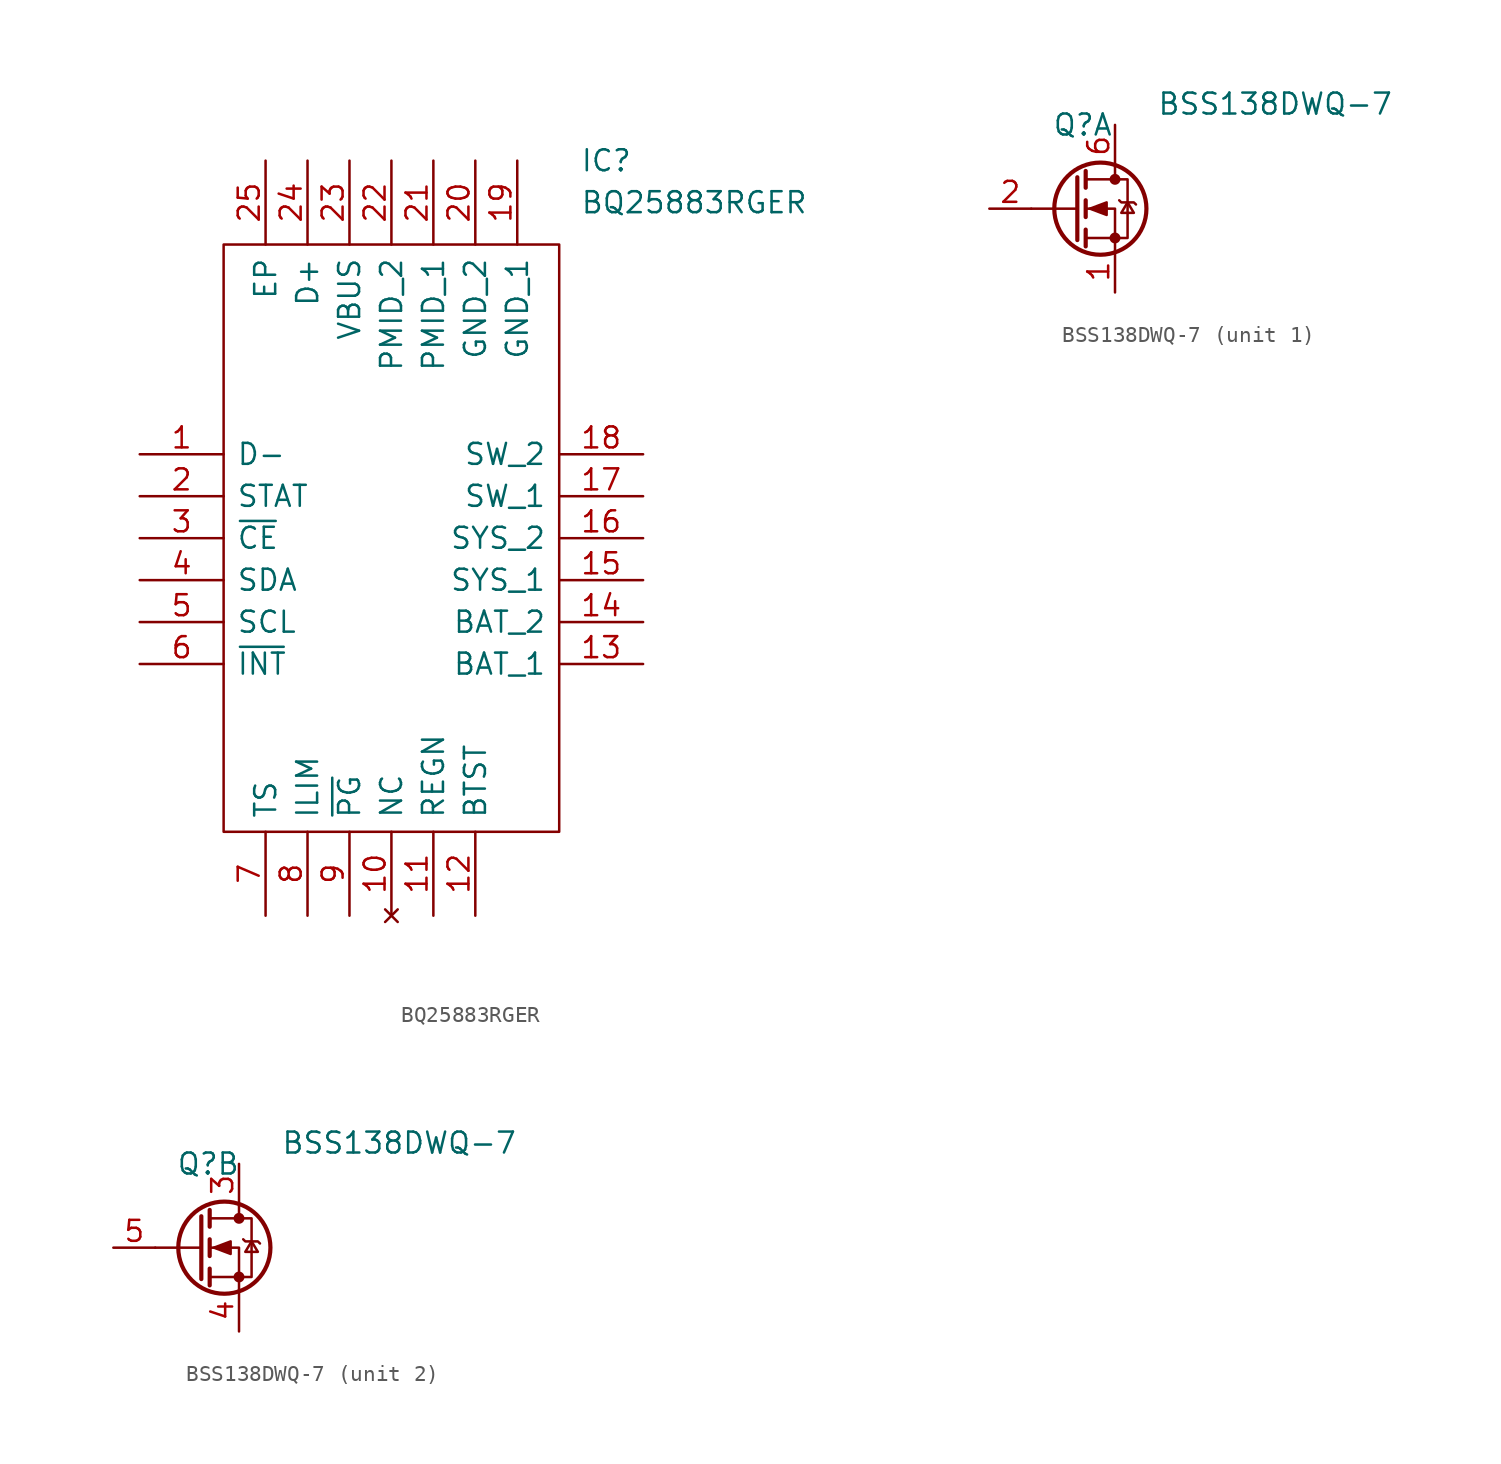
<source format=kicad_sym>
(kicad_symbol_lib
  (version 20241209)
  (generator "kicad_symbol_editor")
  (generator_version "9.0")
  (symbol "BQ25883RGER"
    (pin_names
      (offset 0.762))
    (property "Reference" "IC"
      (at 26.67 17.78 0)
      (effects (font (size 1.27 1.27)) (justify left)))
    (property "Value" "BQ25883RGER"
      (at 26.67 15.24 0)
      (effects (font (size 1.27 1.27)) (justify left)))
    (symbol "BQ25883RGER_0_0"
      (pin bidirectional line (at 0 0 0) (length 5.08) (name "D-" (effects (font (size 1.27 1.27)))) (number "1" (effects (font (size 1.27 1.27)))))
      (pin bidirectional line (at 0 -7.62 0) (length 5.08) (name "SDA" (effects (font (size 1.27 1.27)))) (number "4" (effects (font (size 1.27 1.27)))))
      (pin bidirectional line (at 10.16 17.78 270) (length 5.08) (name "D+" (effects (font (size 1.27 1.27)))) (number "24" (effects (font (size 1.27 1.27)))))
      (pin bidirectional line (at 15.24 17.78 270) (length 5.08) (name "PMID_2" (effects (font (size 1.27 1.27)))) (number "22" (effects (font (size 1.27 1.27)))))
      (pin bidirectional line (at 17.78 17.78 270) (length 5.08) (name "PMID_1" (effects (font (size 1.27 1.27)))) (number "21" (effects (font (size 1.27 1.27)))))
      (pin bidirectional line (at 17.78 -27.94 90) (length 5.08) (name "REGN" (effects (font (size 1.27 1.27)))) (number "11" (effects (font (size 1.27 1.27)))))
      (pin bidirectional line (at 20.32 -27.94 90) (length 5.08) (name "BTST" (effects (font (size 1.27 1.27)))) (number "12" (effects (font (size 1.27 1.27)))))
      (pin bidirectional line (at 30.48 0 180) (length 5.08) (name "SW_2" (effects (font (size 1.27 1.27)))) (number "18" (effects (font (size 1.27 1.27)))))
      (pin bidirectional line (at 30.48 -2.54 180) (length 5.08) (name "SW_1" (effects (font (size 1.27 1.27)))) (number "17" (effects (font (size 1.27 1.27)))))
      (pin bidirectional line (at 30.48 -5.08 180) (length 5.08) (name "SYS_2" (effects (font (size 1.27 1.27)))) (number "16" (effects (font (size 1.27 1.27)))))
      (pin bidirectional line (at 30.48 -7.62 180) (length 5.08) (name "SYS_1" (effects (font (size 1.27 1.27)))) (number "15" (effects (font (size 1.27 1.27)))))
      (pin bidirectional line (at 30.48 -10.16 180) (length 5.08) (name "BAT_2" (effects (font (size 1.27 1.27)))) (number "14" (effects (font (size 1.27 1.27)))))
      (pin bidirectional line (at 30.48 -12.7 180) (length 5.08) (name "BAT_1" (effects (font (size 1.27 1.27)))) (number "13" (effects (font (size 1.27 1.27))))))
    (symbol "BQ25883RGER_0_1"
      (polyline (pts (xy 5.08 12.7) (xy 25.4 12.7) (xy 25.4 -22.86) (xy 5.08 -22.86) (xy 5.08 12.7)) (stroke (width 0.152) (type default)) (fill (type none))))
    (symbol "BQ25883RGER_1_0"
      (pin output line (at 0 -2.54 0) (length 5.08) (name "STAT" (effects (font (size 1.27 1.27)))) (number "2" (effects (font (size 1.27 1.27)))))
      (pin input line (at 0 -5.08 0) (length 5.08) (name "~{CE}" (effects (font (size 1.27 1.27)))) (number "3" (effects (font (size 1.27 1.27)))))
      (pin input line (at 0 -10.16 0) (length 5.08) (name "SCL" (effects (font (size 1.27 1.27)))) (number "5" (effects (font (size 1.27 1.27)))))
      (pin output line (at 0 -12.7 0) (length 5.08) (name "~{INT}" (effects (font (size 1.27 1.27)))) (number "6" (effects (font (size 1.27 1.27)))))
      (pin power_in line (at 7.62 17.78 270) (length 5.08) (name "EP" (effects (font (size 1.27 1.27)))) (number "25" (effects (font (size 1.27 1.27)))))
      (pin input line (at 7.62 -27.94 90) (length 5.08) (name "TS" (effects (font (size 1.27 1.27)))) (number "7" (effects (font (size 1.27 1.27)))))
      (pin input line (at 10.16 -27.94 90) (length 5.08) (name "ILIM" (effects (font (size 1.27 1.27)))) (number "8" (effects (font (size 1.27 1.27)))))
      (pin power_in line (at 12.7 17.78 270) (length 5.08) (name "VBUS" (effects (font (size 1.27 1.27)))) (number "23" (effects (font (size 1.27 1.27)))))
      (pin output line (at 12.7 -27.94 90) (length 5.08) (name "~{PG}" (effects (font (size 1.27 1.27)))) (number "9" (effects (font (size 1.27 1.27)))))
      (pin no_connect line (at 15.24 -27.94 90) (length 5.08) (name "NC" (effects (font (size 1.27 1.27)))) (number "10" (effects (font (size 1.27 1.27)))))
      (pin power_in line (at 20.32 17.78 270) (length 5.08) (name "GND_2" (effects (font (size 1.27 1.27)))) (number "20" (effects (font (size 1.27 1.27)))))
      (pin power_in line (at 22.86 17.78 270) (length 5.08) (name "GND_1" (effects (font (size 1.27 1.27)))) (number "19" (effects (font (size 1.27 1.27)))))))
  (symbol "BSS138DWQ-7"
    (pin_names
      (offset 0.762)
      (hide yes))
    (property "Reference" "Q"
      (at -2.54 5.08 0)
      (effects (font (size 1.27 1.27)) (justify left)))
    (property "Value" "BSS138DWQ-7"
      (at 3.81 6.35 0)
      (effects (font (size 1.27 1.27)) (justify left)))
    (property "ki_locked" ""
      (at 0 0 0)
      (effects (font (size 1.27 1.27))))
    (symbol "BSS138DWQ-7_1_1"
      (polyline (pts (xy -1.016 1.905) (xy -1.016 -1.905)) (stroke (width 0.254) (type default)) (fill (type none)))
      (polyline (pts (xy -1.016 0) (xy -3.81 0)) (stroke (width 0) (type default)) (fill (type none)))
      (polyline (pts (xy -0.508 2.286) (xy -0.508 1.27)) (stroke (width 0.254) (type default)) (fill (type none)))
      (polyline (pts (xy -0.508 0.508) (xy -0.508 -0.508)) (stroke (width 0.254) (type default)) (fill (type none)))
      (polyline (pts (xy -0.508 -1.27) (xy -0.508 -2.286)) (stroke (width 0.254) (type default)) (fill (type none)))
      (polyline (pts (xy -0.508 -1.778) (xy 2.032 -1.778) (xy 2.032 1.778) (xy -0.508 1.778)) (stroke (width 0) (type default)) (fill (type none)))
      (polyline (pts (xy -0.254 0) (xy 0.762 0.381) (xy 0.762 -0.381) (xy -0.254 0)) (stroke (width 0) (type default)) (fill (type outline)))
      (circle (center 0.381 0) (radius 2.794) (stroke (width 0.254) (type default)) (fill (type none)))
      (polyline (pts (xy 1.27 2.54) (xy 1.27 1.778)) (stroke (width 0) (type default)) (fill (type none)))
      (circle (center 1.27 1.778) (radius 0.254) (stroke (width 0) (type default)) (fill (type outline)))
      (circle (center 1.27 -1.778) (radius 0.254) (stroke (width 0) (type default)) (fill (type outline)))
      (polyline (pts (xy 1.27 -2.54) (xy 1.27 0) (xy -0.508 0)) (stroke (width 0) (type default)) (fill (type none)))
      (polyline (pts (xy 1.524 0.508) (xy 1.651 0.381) (xy 2.413 0.381) (xy 2.54 0.254)) (stroke (width 0) (type default)) (fill (type none)))
      (polyline (pts (xy 2.032 0.381) (xy 1.651 -0.254) (xy 2.413 -0.254) (xy 2.032 0.381)) (stroke (width 0) (type default)) (fill (type none)))
      (pin input line (at -6.35 0 0) (length 2.54) (name "G2" (effects (font (size 1.27 1.27)))) (number "2" (effects (font (size 1.27 1.27)))))
      (pin passive line (at 1.27 5.08 270) (length 2.54) (name "D1" (effects (font (size 1.27 1.27)))) (number "6" (effects (font (size 1.27 1.27)))))
      (pin passive line (at 1.27 -5.08 90) (length 2.54) (name "S2" (effects (font (size 1.27 1.27)))) (number "1" (effects (font (size 1.27 1.27))))))
    (symbol "BSS138DWQ-7_2_1"
      (polyline (pts (xy -1.016 1.905) (xy -1.016 -1.905)) (stroke (width 0.254) (type default)) (fill (type none)))
      (polyline (pts (xy -1.016 0) (xy -3.81 0)) (stroke (width 0) (type default)) (fill (type none)))
      (polyline (pts (xy -0.508 2.286) (xy -0.508 1.27)) (stroke (width 0.254) (type default)) (fill (type none)))
      (polyline (pts (xy -0.508 0.508) (xy -0.508 -0.508)) (stroke (width 0.254) (type default)) (fill (type none)))
      (polyline (pts (xy -0.508 -1.27) (xy -0.508 -2.286)) (stroke (width 0.254) (type default)) (fill (type none)))
      (polyline (pts (xy -0.508 -1.778) (xy 2.032 -1.778) (xy 2.032 1.778) (xy -0.508 1.778)) (stroke (width 0) (type default)) (fill (type none)))
      (polyline (pts (xy -0.254 0) (xy 0.762 0.381) (xy 0.762 -0.381) (xy -0.254 0)) (stroke (width 0) (type default)) (fill (type outline)))
      (circle (center 0.381 0) (radius 2.794) (stroke (width 0.254) (type default)) (fill (type none)))
      (polyline (pts (xy 1.27 2.54) (xy 1.27 1.778)) (stroke (width 0) (type default)) (fill (type none)))
      (circle (center 1.27 1.778) (radius 0.254) (stroke (width 0) (type default)) (fill (type outline)))
      (circle (center 1.27 -1.778) (radius 0.254) (stroke (width 0) (type default)) (fill (type outline)))
      (polyline (pts (xy 1.27 -2.54) (xy 1.27 0) (xy -0.508 0)) (stroke (width 0) (type default)) (fill (type none)))
      (polyline (pts (xy 1.524 0.508) (xy 1.651 0.381) (xy 2.413 0.381) (xy 2.54 0.254)) (stroke (width 0) (type default)) (fill (type none)))
      (polyline (pts (xy 2.032 0.381) (xy 1.651 -0.254) (xy 2.413 -0.254) (xy 2.032 0.381)) (stroke (width 0) (type default)) (fill (type none)))
      (pin input line (at -6.35 0 0) (length 2.54) (name "G1" (effects (font (size 1.27 1.27)))) (number "5" (effects (font (size 1.27 1.27)))))
      (pin passive line (at 1.27 5.08 270) (length 2.54) (name "D2" (effects (font (size 1.27 1.27)))) (number "3" (effects (font (size 1.27 1.27)))))
      (pin passive line (at 1.27 -5.08 90) (length 2.54) (name "S1" (effects (font (size 1.27 1.27)))) (number "4" (effects (font (size 1.27 1.27))))))))
</source>
